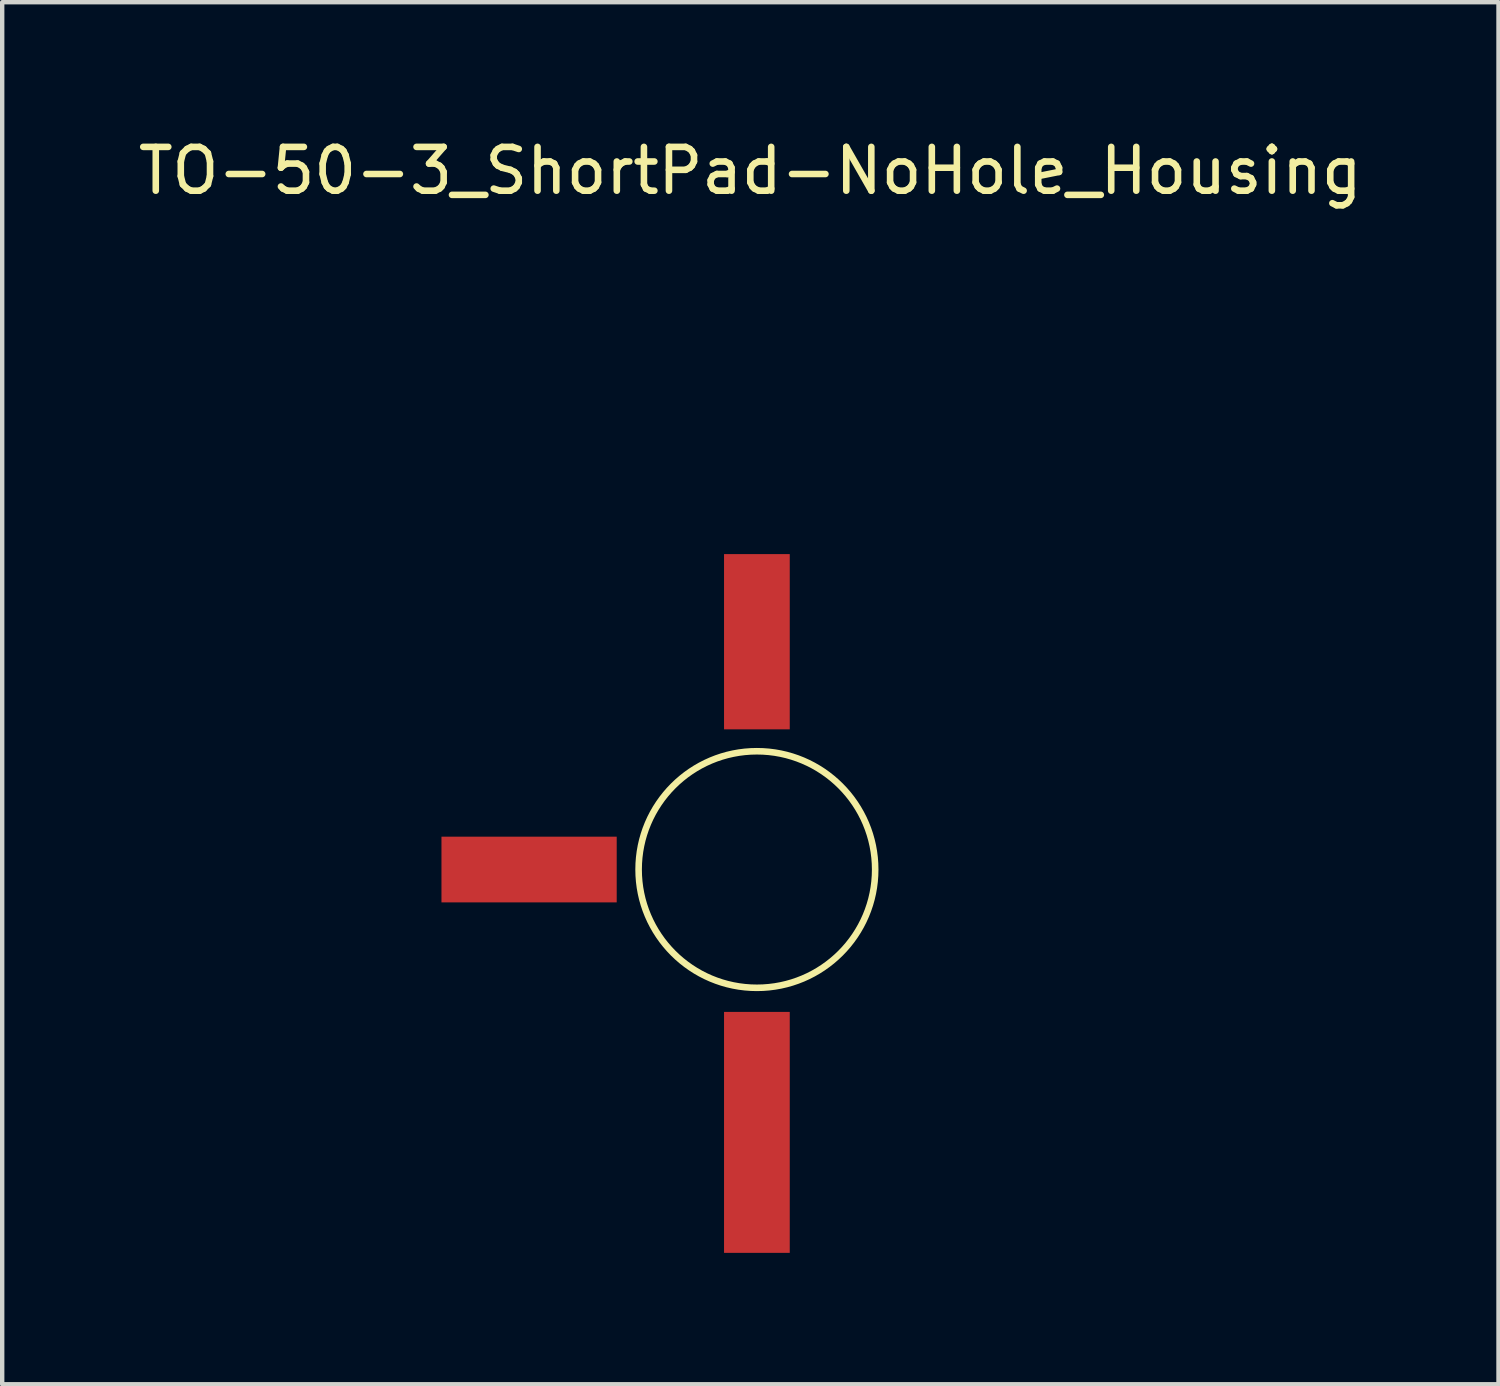
<source format=kicad_pcb>
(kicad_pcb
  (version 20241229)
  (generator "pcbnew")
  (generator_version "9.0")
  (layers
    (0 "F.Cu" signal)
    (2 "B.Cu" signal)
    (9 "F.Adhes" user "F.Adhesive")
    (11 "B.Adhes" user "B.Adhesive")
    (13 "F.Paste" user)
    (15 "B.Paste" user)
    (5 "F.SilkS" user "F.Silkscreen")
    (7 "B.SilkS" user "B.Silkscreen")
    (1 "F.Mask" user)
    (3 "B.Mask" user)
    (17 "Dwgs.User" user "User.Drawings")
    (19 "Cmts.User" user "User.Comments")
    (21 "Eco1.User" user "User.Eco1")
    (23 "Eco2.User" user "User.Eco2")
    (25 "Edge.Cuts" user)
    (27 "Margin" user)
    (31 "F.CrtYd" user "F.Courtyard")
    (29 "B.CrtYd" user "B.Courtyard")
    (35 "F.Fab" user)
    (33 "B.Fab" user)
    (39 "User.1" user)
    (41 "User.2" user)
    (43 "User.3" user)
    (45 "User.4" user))
  (footprint "TO-50-3_ShortPad-NoHole_Housing"
    (layer "F.Cu")
    (at 14.227 16.798)
    (property "Reference" "TO-50-3_ShortPad-NoHole_Housing" (at -0.15 -15.95 0) (layer "F.SilkS") (effects (font (size 1 1) (thickness 0.15))))
    (attr smd)
    (fp_circle (center 0 0) (end 2.7 0) (stroke (width 0.15) (type solid)) (fill no) (layer "F.SilkS"))
    (pad "1" smd rect (at 0 -5.2) (size 1.5 4) (layers "F.Cu" "F.Mask" "F.Paste"))
    (pad "2" smd rect (at -5.2 0) (size 4 1.5) (layers "F.Cu" "F.Mask" "F.Paste"))
    (pad "3" smd rect (at 0 6) (size 1.5 5.5) (layers "F.Cu" "F.Mask" "F.Paste")))
  (gr_rect
    (start -3 -3)
    (end 31.155 28.548)
    (stroke (width 0.1) (type default))
    (fill no)
    (layer "Edge.Cuts")))
</source>
